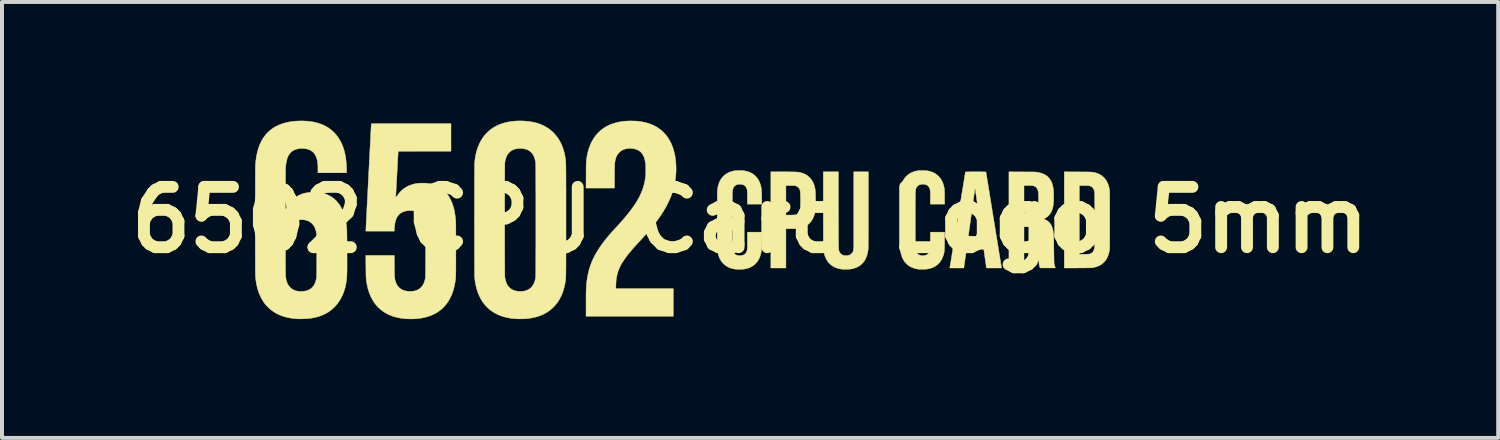
<source format=kicad_pcb>
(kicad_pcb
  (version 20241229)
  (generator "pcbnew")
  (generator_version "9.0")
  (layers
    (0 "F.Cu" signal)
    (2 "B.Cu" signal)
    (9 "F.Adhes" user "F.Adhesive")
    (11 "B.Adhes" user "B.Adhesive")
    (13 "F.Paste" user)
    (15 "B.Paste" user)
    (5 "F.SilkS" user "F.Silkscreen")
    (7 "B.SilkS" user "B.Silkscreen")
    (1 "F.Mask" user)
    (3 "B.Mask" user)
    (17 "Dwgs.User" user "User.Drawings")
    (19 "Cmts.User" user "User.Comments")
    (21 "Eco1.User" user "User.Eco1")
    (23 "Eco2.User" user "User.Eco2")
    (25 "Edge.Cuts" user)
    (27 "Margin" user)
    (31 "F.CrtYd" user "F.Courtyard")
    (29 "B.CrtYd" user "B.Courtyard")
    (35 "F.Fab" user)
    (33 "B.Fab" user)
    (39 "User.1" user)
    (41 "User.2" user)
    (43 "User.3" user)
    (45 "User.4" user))
  (footprint "6502 CPU Card Logo 5mm"
    (layer "F.Cu")
    (at 15.9 2.506)
    (property "Reference" "6502 CPU Card Logo 5mm" (at 0 0 0) (layer "F.SilkS") (effects (font (size 1.524 1.524) (thickness 0.3))))
    (attr through_hole)
    (fp_poly (pts (xy 0.839 -1.215) (xy 0.905 -1.215) (xy 0.963 -1.215) (xy 1.014 -1.214) (xy 1.058 -1.214) (xy 1.096 -1.213) (xy 1.13 -1.213) (xy 1.159 -1.211) (xy 1.184 -1.21) (xy 1.206 -1.208) (xy 1.225 -1.206) (xy 1.243 -1.203) (xy 1.26 -1.199) (xy 1.276 -1.195) (xy 1.293 -1.191) (xy 1.31 -1.185) (xy 1.321 -1.182) (xy 1.379 -1.16) (xy 1.432 -1.13) (xy 1.48 -1.094) (xy 1.522 -1.052) (xy 1.559 -1.004) (xy 1.59 -0.95) (xy 1.61 -0.904) (xy 1.619 -0.877) (xy 1.627 -0.851) (xy 1.634 -0.825) (xy 1.64 -0.798) (xy 1.645 -0.77) (xy 1.648 -0.738) (xy 1.651 -0.704) (xy 1.653 -0.664) (xy 1.654 -0.619) (xy 1.655 -0.568) (xy 1.655 -0.509) (xy 1.655 -0.496) (xy 1.655 -0.439) (xy 1.655 -0.39) (xy 1.654 -0.347) (xy 1.652 -0.31) (xy 1.65 -0.277) (xy 1.648 -0.248) (xy 1.645 -0.222) (xy 1.641 -0.197) (xy 1.636 -0.174) (xy 1.63 -0.15) (xy 1.626 -0.137) (xy 1.605 -0.074) (xy 1.577 -0.017) (xy 1.544 0.034) (xy 1.504 0.08) (xy 1.46 0.12) (xy 1.41 0.153) (xy 1.355 0.18) (xy 1.312 0.195) (xy 1.289 0.201) (xy 1.269 0.207) (xy 1.249 0.211) (xy 1.229 0.215) (xy 1.208 0.217) (xy 1.184 0.219) (xy 1.157 0.221) (xy 1.124 0.222) (xy 1.085 0.223) (xy 1.053 0.223) (xy 0.906 0.225) (xy 0.906 1.215) (xy 0.525 1.215) (xy 0.525 -0.868) (xy 0.906 -0.868) (xy 0.906 -0.123) (xy 1.015 -0.123) (xy 1.055 -0.123) (xy 1.086 -0.124) (xy 1.111 -0.125) (xy 1.13 -0.126) (xy 1.142 -0.128) (xy 1.145 -0.129) (xy 1.18 -0.141) (xy 1.208 -0.158) (xy 1.231 -0.18) (xy 1.248 -0.209) (xy 1.261 -0.243) (xy 1.268 -0.278) (xy 1.27 -0.295) (xy 1.271 -0.32) (xy 1.273 -0.35) (xy 1.274 -0.385) (xy 1.274 -0.424) (xy 1.275 -0.465) (xy 1.275 -0.507) (xy 1.274 -0.548) (xy 1.274 -0.588) (xy 1.273 -0.625) (xy 1.272 -0.658) (xy 1.27 -0.685) (xy 1.269 -0.706) (xy 1.268 -0.713) (xy 1.26 -0.752) (xy 1.248 -0.784) (xy 1.231 -0.81) (xy 1.21 -0.831) (xy 1.185 -0.847) (xy 1.172 -0.853) (xy 1.159 -0.858) (xy 1.145 -0.861) (xy 1.128 -0.864) (xy 1.108 -0.866) (xy 1.083 -0.867) (xy 1.053 -0.868) (xy 1.015 -0.868) (xy 1.012 -0.868) (xy 0.906 -0.868) (xy 0.525 -0.868) (xy 0.525 -1.215) (xy 0.839 -1.215)) (stroke (width 0.01) (type solid)) (fill yes) (layer "F.SilkS"))
    (fp_poly (pts (xy 2.232 -0.244) (xy 2.232 -0.136) (xy 2.232 -0.036) (xy 2.233 0.057) (xy 2.233 0.142) (xy 2.233 0.22) (xy 2.233 0.291) (xy 2.233 0.355) (xy 2.233 0.414) (xy 2.234 0.466) (xy 2.234 0.513) (xy 2.234 0.555) (xy 2.235 0.593) (xy 2.235 0.625) (xy 2.236 0.654) (xy 2.236 0.679) (xy 2.237 0.7) (xy 2.238 0.718) (xy 2.239 0.734) (xy 2.24 0.747) (xy 2.242 0.757) (xy 2.243 0.766) (xy 2.245 0.774) (xy 2.246 0.78) (xy 2.248 0.786) (xy 2.25 0.791) (xy 2.253 0.795) (xy 2.255 0.8) (xy 2.258 0.806) (xy 2.259 0.809) (xy 2.271 0.829) (xy 2.287 0.849) (xy 2.306 0.867) (xy 2.324 0.88) (xy 2.327 0.882) (xy 2.356 0.893) (xy 2.39 0.9) (xy 2.426 0.902) (xy 2.463 0.899) (xy 2.498 0.892) (xy 2.525 0.882) (xy 2.545 0.87) (xy 2.565 0.852) (xy 2.583 0.83) (xy 2.596 0.809) (xy 2.599 0.802) (xy 2.601 0.796) (xy 2.603 0.79) (xy 2.605 0.785) (xy 2.607 0.779) (xy 2.609 0.773) (xy 2.61 0.766) (xy 2.612 0.758) (xy 2.613 0.748) (xy 2.614 0.737) (xy 2.615 0.723) (xy 2.616 0.707) (xy 2.617 0.688) (xy 2.618 0.665) (xy 2.618 0.639) (xy 2.619 0.61) (xy 2.619 0.576) (xy 2.619 0.537) (xy 2.62 0.494) (xy 2.62 0.446) (xy 2.62 0.391) (xy 2.62 0.331) (xy 2.62 0.265) (xy 2.62 0.193) (xy 2.62 0.113) (xy 2.62 0.026) (xy 2.62 -0.068) (xy 2.62 -0.17) (xy 2.62 -0.25) (xy 2.62 -1.215) (xy 2.989 -1.215) (xy 2.989 -0.256) (xy 2.989 -0.131) (xy 2.989 -0.015) (xy 2.989 0.093) (xy 2.988 0.192) (xy 2.988 0.283) (xy 2.988 0.366) (xy 2.988 0.441) (xy 2.987 0.507) (xy 2.987 0.565) (xy 2.987 0.615) (xy 2.986 0.657) (xy 2.986 0.691) (xy 2.985 0.717) (xy 2.985 0.734) (xy 2.984 0.744) (xy 2.984 0.744) (xy 2.973 0.817) (xy 2.956 0.886) (xy 2.934 0.948) (xy 2.907 1.005) (xy 2.886 1.039) (xy 2.87 1.06) (xy 2.85 1.084) (xy 2.827 1.107) (xy 2.804 1.129) (xy 2.786 1.145) (xy 2.746 1.171) (xy 2.7 1.195) (xy 2.65 1.215) (xy 2.596 1.231) (xy 2.575 1.236) (xy 2.552 1.24) (xy 2.523 1.243) (xy 2.489 1.246) (xy 2.452 1.247) (xy 2.414 1.248) (xy 2.378 1.248) (xy 2.345 1.246) (xy 2.317 1.244) (xy 2.301 1.242) (xy 2.232 1.228) (xy 2.17 1.208) (xy 2.113 1.182) (xy 2.063 1.151) (xy 2.018 1.113) (xy 1.978 1.07) (xy 1.943 1.019) (xy 1.923 0.983) (xy 1.902 0.939) (xy 1.886 0.895) (xy 1.873 0.849) (xy 1.864 0.799) (xy 1.857 0.744) (xy 1.854 0.715) (xy 1.854 0.704) (xy 1.853 0.684) (xy 1.853 0.656) (xy 1.852 0.62) (xy 1.852 0.577) (xy 1.852 0.525) (xy 1.851 0.466) (xy 1.851 0.4) (xy 1.851 0.326) (xy 1.851 0.245) (xy 1.85 0.157) (xy 1.85 0.062) (xy 1.85 -0.039) (xy 1.85 -0.147) (xy 1.85 -0.261) (xy 1.85 -0.278) (xy 1.85 -1.215) (xy 2.231 -1.215) (xy 2.232 -0.244)) (stroke (width 0.01) (type solid)) (fill yes) (layer "F.SilkS"))
    (fp_poly (pts (xy 8.284 -1.214) (xy 8.348 -1.213) (xy 8.404 -1.213) (xy 8.453 -1.213) (xy 8.495 -1.213) (xy 8.532 -1.212) (xy 8.563 -1.211) (xy 8.59 -1.211) (xy 8.613 -1.21) (xy 8.633 -1.208) (xy 8.65 -1.207) (xy 8.664 -1.205) (xy 8.678 -1.203) (xy 8.691 -1.2) (xy 8.703 -1.197) (xy 8.717 -1.194) (xy 8.731 -1.189) (xy 8.74 -1.187) (xy 8.772 -1.176) (xy 8.806 -1.162) (xy 8.839 -1.146) (xy 8.87 -1.128) (xy 8.89 -1.114) (xy 8.933 -1.077) (xy 8.97 -1.036) (xy 9.002 -0.991) (xy 9.029 -0.94) (xy 9.051 -0.883) (xy 9.07 -0.819) (xy 9.079 -0.775) (xy 9.08 -0.769) (xy 9.081 -0.763) (xy 9.082 -0.757) (xy 9.083 -0.749) (xy 9.083 -0.739) (xy 9.084 -0.727) (xy 9.084 -0.713) (xy 9.085 -0.697) (xy 9.085 -0.676) (xy 9.086 -0.653) (xy 9.086 -0.625) (xy 9.086 -0.593) (xy 9.086 -0.556) (xy 9.086 -0.514) (xy 9.087 -0.467) (xy 9.087 -0.413) (xy 9.087 -0.354) (xy 9.087 -0.287) (xy 9.087 -0.213) (xy 9.087 -0.132) (xy 9.087 -0.043) (xy 9.087 0) (xy 9.087 0.093) (xy 9.087 0.177) (xy 9.087 0.254) (xy 9.087 0.324) (xy 9.087 0.387) (xy 9.087 0.443) (xy 9.086 0.493) (xy 9.086 0.538) (xy 9.086 0.577) (xy 9.086 0.611) (xy 9.086 0.641) (xy 9.085 0.666) (xy 9.085 0.688) (xy 9.085 0.706) (xy 9.084 0.721) (xy 9.083 0.734) (xy 9.083 0.745) (xy 9.082 0.753) (xy 9.081 0.76) (xy 9.081 0.767) (xy 9.08 0.772) (xy 9.079 0.775) (xy 9.065 0.839) (xy 9.047 0.896) (xy 9.026 0.947) (xy 9.001 0.992) (xy 8.972 1.034) (xy 8.945 1.064) (xy 8.907 1.1) (xy 8.865 1.131) (xy 8.819 1.157) (xy 8.767 1.178) (xy 8.709 1.195) (xy 8.666 1.205) (xy 8.658 1.206) (xy 8.65 1.207) (xy 8.64 1.208) (xy 8.627 1.209) (xy 8.612 1.21) (xy 8.593 1.211) (xy 8.57 1.211) (xy 8.543 1.212) (xy 8.51 1.212) (xy 8.472 1.213) (xy 8.427 1.213) (xy 8.375 1.213) (xy 8.316 1.214) (xy 8.284 1.214) (xy 7.938 1.215) (xy 7.938 0.868) (xy 8.319 0.868) (xy 8.442 0.867) (xy 8.48 0.866) (xy 8.51 0.866) (xy 8.534 0.865) (xy 8.552 0.864) (xy 8.566 0.863) (xy 8.577 0.861) (xy 8.585 0.859) (xy 8.588 0.858) (xy 8.621 0.844) (xy 8.648 0.823) (xy 8.67 0.797) (xy 8.687 0.764) (xy 8.699 0.724) (xy 8.702 0.71) (xy 8.703 0.701) (xy 8.704 0.685) (xy 8.704 0.661) (xy 8.705 0.63) (xy 8.706 0.593) (xy 8.706 0.551) (xy 8.707 0.503) (xy 8.707 0.451) (xy 8.708 0.395) (xy 8.708 0.335) (xy 8.708 0.273) (xy 8.708 0.208) (xy 8.708 0.142) (xy 8.709 0.074) (xy 8.709 0.006) (xy 8.709 -0.062) (xy 8.708 -0.13) (xy 8.708 -0.197) (xy 8.708 -0.262) (xy 8.708 -0.325) (xy 8.708 -0.385) (xy 8.707 -0.441) (xy 8.707 -0.494) (xy 8.706 -0.543) (xy 8.706 -0.586) (xy 8.705 -0.624) (xy 8.705 -0.656) (xy 8.704 -0.681) (xy 8.703 -0.699) (xy 8.702 -0.709) (xy 8.702 -0.71) (xy 8.693 -0.749) (xy 8.679 -0.781) (xy 8.662 -0.807) (xy 8.641 -0.829) (xy 8.63 -0.837) (xy 8.619 -0.844) (xy 8.608 -0.85) (xy 8.597 -0.855) (xy 8.584 -0.859) (xy 8.569 -0.862) (xy 8.549 -0.864) (xy 8.526 -0.865) (xy 8.496 -0.866) (xy 8.46 -0.867) (xy 8.442 -0.867) (xy 8.319 -0.868) (xy 8.319 0.868) (xy 7.938 0.868) (xy 7.938 -1.215) (xy 8.284 -1.214)) (stroke (width 0.01) (type solid)) (fill yes) (layer "F.SilkS"))
    (fp_poly (pts (xy 6.882 -1.214) (xy 6.944 -1.213) (xy 6.999 -1.213) (xy 7.046 -1.213) (xy 7.086 -1.213) (xy 7.12 -1.212) (xy 7.149 -1.212) (xy 7.174 -1.211) (xy 7.194 -1.211) (xy 7.211 -1.21) (xy 7.225 -1.209) (xy 7.236 -1.208) (xy 7.246 -1.207) (xy 7.255 -1.206) (xy 7.264 -1.205) (xy 7.271 -1.203) (xy 7.337 -1.187) (xy 7.397 -1.167) (xy 7.451 -1.141) (xy 7.498 -1.11) (xy 7.539 -1.074) (xy 7.574 -1.031) (xy 7.604 -0.983) (xy 7.628 -0.929) (xy 7.646 -0.868) (xy 7.66 -0.801) (xy 7.666 -0.748) (xy 7.668 -0.725) (xy 7.669 -0.696) (xy 7.67 -0.662) (xy 7.671 -0.624) (xy 7.671 -0.584) (xy 7.67 -0.544) (xy 7.67 -0.506) (xy 7.669 -0.471) (xy 7.667 -0.441) (xy 7.666 -0.428) (xy 7.658 -0.358) (xy 7.644 -0.294) (xy 7.624 -0.236) (xy 7.599 -0.184) (xy 7.568 -0.138) (xy 7.532 -0.099) (xy 7.491 -0.066) (xy 7.456 -0.045) (xy 7.441 -0.037) (xy 7.429 -0.03) (xy 7.422 -0.025) (xy 7.421 -0.024) (xy 7.425 -0.02) (xy 7.431 -0.018) (xy 7.438 -0.015) (xy 7.452 -0.009) (xy 7.468 -0.002) (xy 7.478 0.004) (xy 7.514 0.025) (xy 7.548 0.053) (xy 7.577 0.085) (xy 7.601 0.12) (xy 7.606 0.129) (xy 7.624 0.168) (xy 7.639 0.21) (xy 7.651 0.257) (xy 7.661 0.309) (xy 7.665 0.339) (xy 7.666 0.35) (xy 7.667 0.363) (xy 7.668 0.378) (xy 7.669 0.396) (xy 7.67 0.418) (xy 7.671 0.444) (xy 7.672 0.474) (xy 7.672 0.51) (xy 7.673 0.552) (xy 7.674 0.6) (xy 7.674 0.655) (xy 7.675 0.718) (xy 7.675 0.739) (xy 7.676 0.81) (xy 7.677 0.875) (xy 7.678 0.932) (xy 7.679 0.982) (xy 7.679 1.023) (xy 7.68 1.058) (xy 7.681 1.084) (xy 7.682 1.102) (xy 7.683 1.111) (xy 7.687 1.127) (xy 7.693 1.148) (xy 7.699 1.169) (xy 7.701 1.174) (xy 7.706 1.19) (xy 7.71 1.204) (xy 7.713 1.212) (xy 7.713 1.213) (xy 7.709 1.214) (xy 7.697 1.214) (xy 7.679 1.214) (xy 7.654 1.214) (xy 7.625 1.214) (xy 7.591 1.214) (xy 7.554 1.214) (xy 7.52 1.214) (xy 7.327 1.213) (xy 7.321 1.196) (xy 7.317 1.184) (xy 7.312 1.167) (xy 7.307 1.148) (xy 7.306 1.143) (xy 7.304 1.136) (xy 7.303 1.129) (xy 7.302 1.122) (xy 7.301 1.113) (xy 7.3 1.102) (xy 7.299 1.088) (xy 7.298 1.071) (xy 7.298 1.051) (xy 7.297 1.026) (xy 7.297 0.997) (xy 7.296 0.961) (xy 7.296 0.92) (xy 7.295 0.872) (xy 7.295 0.817) (xy 7.294 0.754) (xy 7.294 0.751) (xy 7.293 0.685) (xy 7.293 0.626) (xy 7.292 0.575) (xy 7.292 0.53) (xy 7.291 0.492) (xy 7.29 0.459) (xy 7.289 0.431) (xy 7.288 0.407) (xy 7.287 0.387) (xy 7.285 0.37) (xy 7.284 0.355) (xy 7.282 0.343) (xy 7.279 0.332) (xy 7.277 0.321) (xy 7.273 0.311) (xy 7.27 0.302) (xy 7.255 0.266) (xy 7.235 0.237) (xy 7.21 0.215) (xy 7.182 0.198) (xy 7.162 0.19) (xy 7.142 0.184) (xy 7.118 0.18) (xy 7.09 0.176) (xy 7.057 0.175) (xy 7.017 0.174) (xy 7.005 0.174) (xy 6.921 0.174) (xy 6.921 1.215) (xy 6.54 1.215) (xy 6.54 -0.868) (xy 6.921 -0.868) (xy 6.921 -0.173) (xy 7.02 -0.175) (xy 7.057 -0.176) (xy 7.086 -0.177) (xy 7.109 -0.178) (xy 7.126 -0.18) (xy 7.14 -0.183) (xy 7.143 -0.184) (xy 7.181 -0.198) (xy 7.213 -0.218) (xy 7.24 -0.245) (xy 7.26 -0.277) (xy 7.275 -0.316) (xy 7.28 -0.334) (xy 7.282 -0.349) (xy 7.284 -0.371) (xy 7.286 -0.399) (xy 7.287 -0.431) (xy 7.288 -0.467) (xy 7.288 -0.505) (xy 7.288 -0.543) (xy 7.288 -0.581) (xy 7.287 -0.617) (xy 7.286 -0.65) (xy 7.284 -0.678) (xy 7.282 -0.701) (xy 7.28 -0.717) (xy 7.28 -0.717) (xy 7.268 -0.759) (xy 7.252 -0.793) (xy 7.23 -0.821) (xy 7.203 -0.842) (xy 7.172 -0.857) (xy 7.146 -0.864) (xy 7.135 -0.865) (xy 7.118 -0.866) (xy 7.095 -0.867) (xy 7.068 -0.867) (xy 7.039 -0.868) (xy 7.023 -0.868) (xy 6.921 -0.868) (xy 6.54 -0.868) (xy 6.54 -1.215) (xy 6.882 -1.214)) (stroke (width 0.01) (type solid)) (fill yes) (layer "F.SilkS"))
    (fp_poly (pts (xy -2.942 -2.499) (xy -2.898 -2.498) (xy -2.858 -2.496) (xy -2.825 -2.493) (xy -2.819 -2.492) (xy -2.721 -2.477) (xy -2.628 -2.457) (xy -2.542 -2.431) (xy -2.461 -2.399) (xy -2.385 -2.362) (xy -2.315 -2.318) (xy -2.249 -2.268) (xy -2.187 -2.213) (xy -2.182 -2.208) (xy -2.125 -2.145) (xy -2.073 -2.075) (xy -2.027 -1.999) (xy -1.987 -1.918) (xy -1.952 -1.831) (xy -1.924 -1.739) (xy -1.901 -1.643) (xy -1.891 -1.581) (xy -1.877 -1.472) (xy -1.87 -1.36) (xy -1.869 -1.247) (xy -1.875 -1.136) (xy -1.886 -1.029) (xy -1.888 -1.012) (xy -1.907 -0.909) (xy -1.93 -0.808) (xy -1.959 -0.708) (xy -1.994 -0.608) (xy -2.035 -0.508) (xy -2.083 -0.408) (xy -2.137 -0.307) (xy -2.197 -0.205) (xy -2.265 -0.102) (xy -2.339 0.004) (xy -2.421 0.112) (xy -2.51 0.222) (xy -2.549 0.269) (xy -2.59 0.316) (xy -2.634 0.366) (xy -2.681 0.419) (xy -2.733 0.476) (xy -2.783 0.531) (xy -2.821 0.572) (xy -2.854 0.608) (xy -2.883 0.64) (xy -2.908 0.667) (xy -2.93 0.692) (xy -2.951 0.715) (xy -2.969 0.736) (xy -2.987 0.757) (xy -3.006 0.779) (xy -3.024 0.8) (xy -3.083 0.872) (xy -3.135 0.94) (xy -3.181 1.005) (xy -3.222 1.066) (xy -3.257 1.126) (xy -3.287 1.184) (xy -3.312 1.241) (xy -3.334 1.297) (xy -3.348 1.344) (xy -3.359 1.385) (xy -3.368 1.426) (xy -3.376 1.466) (xy -3.381 1.508) (xy -3.385 1.554) (xy -3.388 1.606) (xy -3.389 1.641) (xy -3.392 1.736) (xy -1.939 1.736) (xy -1.939 2.434) (xy -4.144 2.434) (xy -4.144 2.109) (xy -4.144 2.034) (xy -4.144 1.967) (xy -4.144 1.907) (xy -4.143 1.853) (xy -4.142 1.805) (xy -4.141 1.761) (xy -4.139 1.721) (xy -4.137 1.685) (xy -4.135 1.651) (xy -4.132 1.619) (xy -4.129 1.587) (xy -4.125 1.556) (xy -4.121 1.525) (xy -4.116 1.492) (xy -4.114 1.482) (xy -4.094 1.371) (xy -4.069 1.266) (xy -4.038 1.165) (xy -4.002 1.067) (xy -3.959 0.971) (xy -3.909 0.874) (xy -3.852 0.778) (xy -3.816 0.722) (xy -3.779 0.667) (xy -3.741 0.613) (xy -3.701 0.559) (xy -3.659 0.504) (xy -3.613 0.448) (xy -3.564 0.39) (xy -3.51 0.328) (xy -3.451 0.262) (xy -3.387 0.193) (xy -3.299 0.097) (xy -3.219 0.005) (xy -3.144 -0.082) (xy -3.076 -0.165) (xy -3.013 -0.246) (xy -2.957 -0.323) (xy -2.905 -0.398) (xy -2.859 -0.472) (xy -2.818 -0.543) (xy -2.782 -0.613) (xy -2.75 -0.683) (xy -2.722 -0.752) (xy -2.698 -0.821) (xy -2.679 -0.891) (xy -2.662 -0.962) (xy -2.649 -1.034) (xy -2.643 -1.075) (xy -2.64 -1.1) (xy -2.638 -1.131) (xy -2.637 -1.167) (xy -2.636 -1.206) (xy -2.635 -1.246) (xy -2.635 -1.287) (xy -2.636 -1.326) (xy -2.637 -1.362) (xy -2.638 -1.393) (xy -2.64 -1.417) (xy -2.641 -1.422) (xy -2.652 -1.486) (xy -2.665 -1.543) (xy -2.682 -1.593) (xy -2.702 -1.636) (xy -2.726 -1.674) (xy -2.754 -1.707) (xy -2.787 -1.735) (xy -2.805 -1.748) (xy -2.846 -1.77) (xy -2.892 -1.787) (xy -2.942 -1.799) (xy -2.995 -1.806) (xy -3.049 -1.806) (xy -3.103 -1.802) (xy -3.156 -1.791) (xy -3.165 -1.788) (xy -3.215 -1.77) (xy -3.26 -1.744) (xy -3.3 -1.712) (xy -3.334 -1.674) (xy -3.363 -1.63) (xy -3.386 -1.579) (xy -3.391 -1.565) (xy -3.397 -1.545) (xy -3.402 -1.527) (xy -3.407 -1.507) (xy -3.411 -1.487) (xy -3.414 -1.464) (xy -3.417 -1.439) (xy -3.419 -1.411) (xy -3.421 -1.379) (xy -3.422 -1.342) (xy -3.423 -1.3) (xy -3.424 -1.252) (xy -3.424 -1.198) (xy -3.425 -1.137) (xy -3.425 -1.081) (xy -3.425 -0.804) (xy -4.145 -0.804) (xy -4.143 -1.127) (xy -4.143 -1.191) (xy -4.143 -1.248) (xy -4.142 -1.298) (xy -4.142 -1.341) (xy -4.141 -1.379) (xy -4.14 -1.412) (xy -4.139 -1.441) (xy -4.138 -1.467) (xy -4.136 -1.49) (xy -4.134 -1.512) (xy -4.132 -1.532) (xy -4.129 -1.553) (xy -4.126 -1.573) (xy -4.122 -1.595) (xy -4.118 -1.619) (xy -4.117 -1.626) (xy -4.095 -1.724) (xy -4.067 -1.818) (xy -4.033 -1.906) (xy -3.993 -1.989) (xy -3.947 -2.066) (xy -3.895 -2.137) (xy -3.837 -2.203) (xy -3.774 -2.262) (xy -3.705 -2.315) (xy -3.633 -2.36) (xy -3.565 -2.394) (xy -3.49 -2.424) (xy -3.41 -2.45) (xy -3.325 -2.471) (xy -3.235 -2.487) (xy -3.196 -2.492) (xy -3.164 -2.495) (xy -3.125 -2.497) (xy -3.082 -2.499) (xy -3.036 -2.5) (xy -2.988 -2.5) (xy -2.942 -2.499)) (stroke (width 0.01) (type solid)) (fill yes) (layer "F.SilkS"))
    (fp_poly (pts (xy -0.225 -1.248) (xy -0.195 -1.247) (xy -0.171 -1.245) (xy -0.102 -1.233) (xy -0.037 -1.215) (xy 0.021 -1.19) (xy 0.075 -1.159) (xy 0.123 -1.121) (xy 0.165 -1.077) (xy 0.202 -1.027) (xy 0.232 -0.97) (xy 0.257 -0.908) (xy 0.257 -0.907) (xy 0.267 -0.878) (xy 0.274 -0.847) (xy 0.281 -0.815) (xy 0.286 -0.78) (xy 0.29 -0.741) (xy 0.293 -0.697) (xy 0.295 -0.648) (xy 0.296 -0.592) (xy 0.296 -0.529) (xy 0.296 -0.526) (xy 0.296 -0.398) (xy -0.068 -0.398) (xy -0.068 -0.56) (xy -0.068 -0.606) (xy -0.068 -0.647) (xy -0.069 -0.683) (xy -0.07 -0.711) (xy -0.071 -0.733) (xy -0.072 -0.747) (xy -0.073 -0.749) (xy -0.083 -0.79) (xy -0.099 -0.824) (xy -0.12 -0.853) (xy -0.147 -0.875) (xy -0.179 -0.89) (xy -0.217 -0.899) (xy -0.257 -0.902) (xy -0.3 -0.899) (xy -0.337 -0.89) (xy -0.368 -0.874) (xy -0.394 -0.852) (xy -0.415 -0.824) (xy -0.43 -0.789) (xy -0.441 -0.748) (xy -0.445 -0.72) (xy -0.445 -0.71) (xy -0.446 -0.691) (xy -0.446 -0.664) (xy -0.447 -0.628) (xy -0.447 -0.584) (xy -0.448 -0.533) (xy -0.448 -0.473) (xy -0.448 -0.405) (xy -0.448 -0.329) (xy -0.448 -0.245) (xy -0.448 -0.154) (xy -0.448 -0.055) (xy -0.448 0.03) (xy -0.448 0.122) (xy -0.447 0.205) (xy -0.447 0.282) (xy -0.447 0.35) (xy -0.447 0.412) (xy -0.447 0.468) (xy -0.446 0.517) (xy -0.446 0.561) (xy -0.446 0.6) (xy -0.445 0.633) (xy -0.445 0.662) (xy -0.444 0.687) (xy -0.443 0.708) (xy -0.442 0.726) (xy -0.441 0.741) (xy -0.44 0.753) (xy -0.439 0.764) (xy -0.437 0.772) (xy -0.436 0.779) (xy -0.434 0.786) (xy -0.432 0.791) (xy -0.429 0.797) (xy -0.427 0.803) (xy -0.424 0.809) (xy -0.424 0.81) (xy -0.413 0.829) (xy -0.397 0.849) (xy -0.378 0.867) (xy -0.366 0.877) (xy -0.338 0.89) (xy -0.305 0.898) (xy -0.269 0.902) (xy -0.232 0.901) (xy -0.197 0.895) (xy -0.164 0.885) (xy -0.159 0.882) (xy -0.14 0.87) (xy -0.12 0.852) (xy -0.103 0.832) (xy -0.091 0.811) (xy -0.091 0.81) (xy -0.086 0.799) (xy -0.082 0.788) (xy -0.078 0.776) (xy -0.075 0.764) (xy -0.073 0.749) (xy -0.071 0.732) (xy -0.07 0.711) (xy -0.069 0.686) (xy -0.068 0.656) (xy -0.068 0.62) (xy -0.068 0.577) (xy -0.068 0.526) (xy -0.068 0.518) (xy -0.068 0.309) (xy 0.296 0.309) (xy 0.296 0.482) (xy 0.296 0.543) (xy 0.295 0.598) (xy 0.295 0.645) (xy 0.293 0.687) (xy 0.291 0.723) (xy 0.289 0.754) (xy 0.286 0.783) (xy 0.282 0.808) (xy 0.279 0.824) (xy 0.262 0.893) (xy 0.239 0.956) (xy 0.21 1.013) (xy 0.175 1.065) (xy 0.134 1.11) (xy 0.088 1.149) (xy 0.036 1.182) (xy -0.022 1.209) (xy -0.084 1.229) (xy -0.089 1.23) (xy -0.112 1.235) (xy -0.137 1.24) (xy -0.16 1.244) (xy -0.165 1.244) (xy -0.181 1.246) (xy -0.204 1.247) (xy -0.23 1.248) (xy -0.26 1.248) (xy -0.289 1.248) (xy -0.316 1.248) (xy -0.34 1.247) (xy -0.357 1.246) (xy -0.36 1.246) (xy -0.429 1.235) (xy -0.493 1.217) (xy -0.552 1.192) (xy -0.606 1.161) (xy -0.655 1.123) (xy -0.697 1.08) (xy -0.735 1.03) (xy -0.766 0.974) (xy -0.791 0.912) (xy -0.807 0.857) (xy -0.81 0.846) (xy -0.812 0.835) (xy -0.815 0.824) (xy -0.817 0.813) (xy -0.819 0.802) (xy -0.82 0.79) (xy -0.822 0.776) (xy -0.823 0.761) (xy -0.824 0.743) (xy -0.825 0.723) (xy -0.826 0.7) (xy -0.827 0.673) (xy -0.828 0.642) (xy -0.828 0.608) (xy -0.829 0.569) (xy -0.829 0.524) (xy -0.829 0.474) (xy -0.829 0.419) (xy -0.83 0.357) (xy -0.83 0.288) (xy -0.83 0.213) (xy -0.83 0.129) (xy -0.83 0.038) (xy -0.83 0) (xy -0.83 -0.094) (xy -0.83 -0.181) (xy -0.83 -0.259) (xy -0.83 -0.33) (xy -0.83 -0.395) (xy -0.829 -0.453) (xy -0.829 -0.505) (xy -0.829 -0.552) (xy -0.828 -0.593) (xy -0.828 -0.629) (xy -0.827 -0.661) (xy -0.827 -0.689) (xy -0.826 -0.714) (xy -0.825 -0.735) (xy -0.824 -0.754) (xy -0.822 -0.77) (xy -0.821 -0.785) (xy -0.819 -0.797) (xy -0.817 -0.809) (xy -0.815 -0.82) (xy -0.813 -0.831) (xy -0.811 -0.841) (xy -0.808 -0.853) (xy -0.807 -0.857) (xy -0.787 -0.924) (xy -0.761 -0.985) (xy -0.729 -1.039) (xy -0.691 -1.088) (xy -0.647 -1.13) (xy -0.598 -1.166) (xy -0.543 -1.196) (xy -0.482 -1.22) (xy -0.415 -1.238) (xy -0.411 -1.239) (xy -0.389 -1.242) (xy -0.361 -1.244) (xy -0.329 -1.246) (xy -0.294 -1.248) (xy -0.259 -1.248) (xy -0.225 -1.248)) (stroke (width 0.01) (type solid)) (fill yes) (layer "F.SilkS"))
    (fp_poly (pts (xy 4.375 -1.247) (xy 4.412 -1.246) (xy 4.446 -1.244) (xy 4.475 -1.242) (xy 4.494 -1.239) (xy 4.556 -1.224) (xy 4.612 -1.205) (xy 4.663 -1.18) (xy 4.71 -1.149) (xy 4.751 -1.114) (xy 4.79 -1.072) (xy 4.823 -1.028) (xy 4.851 -0.978) (xy 4.874 -0.924) (xy 4.893 -0.863) (xy 4.903 -0.819) (xy 4.905 -0.807) (xy 4.907 -0.796) (xy 4.909 -0.784) (xy 4.91 -0.771) (xy 4.911 -0.756) (xy 4.912 -0.737) (xy 4.912 -0.714) (xy 4.913 -0.686) (xy 4.913 -0.652) (xy 4.914 -0.611) (xy 4.914 -0.585) (xy 4.916 -0.398) (xy 4.555 -0.398) (xy 4.555 -0.558) (xy 4.555 -0.606) (xy 4.555 -0.645) (xy 4.554 -0.678) (xy 4.553 -0.706) (xy 4.551 -0.729) (xy 4.549 -0.747) (xy 4.546 -0.764) (xy 4.543 -0.778) (xy 4.538 -0.791) (xy 4.533 -0.804) (xy 4.531 -0.809) (xy 4.513 -0.84) (xy 4.489 -0.865) (xy 4.461 -0.883) (xy 4.427 -0.895) (xy 4.387 -0.901) (xy 4.365 -0.902) (xy 4.322 -0.899) (xy 4.285 -0.889) (xy 4.254 -0.874) (xy 4.228 -0.852) (xy 4.207 -0.824) (xy 4.191 -0.789) (xy 4.18 -0.747) (xy 4.18 -0.745) (xy 4.179 -0.736) (xy 4.179 -0.72) (xy 4.178 -0.696) (xy 4.177 -0.665) (xy 4.177 -0.628) (xy 4.176 -0.585) (xy 4.176 -0.537) (xy 4.175 -0.485) (xy 4.175 -0.428) (xy 4.175 -0.368) (xy 4.174 -0.304) (xy 4.174 -0.239) (xy 4.174 -0.171) (xy 4.174 -0.102) (xy 4.174 -0.032) (xy 4.174 0.038) (xy 4.174 0.108) (xy 4.174 0.177) (xy 4.174 0.244) (xy 4.174 0.31) (xy 4.175 0.373) (xy 4.175 0.433) (xy 4.175 0.49) (xy 4.176 0.543) (xy 4.176 0.59) (xy 4.177 0.633) (xy 4.177 0.67) (xy 4.178 0.701) (xy 4.179 0.725) (xy 4.179 0.741) (xy 4.18 0.749) (xy 4.188 0.782) (xy 4.2 0.812) (xy 4.214 0.838) (xy 4.219 0.844) (xy 4.24 0.866) (xy 4.269 0.883) (xy 4.302 0.895) (xy 4.341 0.901) (xy 4.365 0.902) (xy 4.408 0.899) (xy 4.445 0.89) (xy 4.476 0.874) (xy 4.502 0.853) (xy 4.523 0.825) (xy 4.539 0.79) (xy 4.549 0.754) (xy 4.55 0.746) (xy 4.551 0.735) (xy 4.552 0.722) (xy 4.553 0.705) (xy 4.554 0.684) (xy 4.554 0.658) (xy 4.555 0.626) (xy 4.555 0.588) (xy 4.555 0.542) (xy 4.555 0.516) (xy 4.555 0.309) (xy 4.916 0.309) (xy 4.914 0.543) (xy 4.913 0.596) (xy 4.913 0.642) (xy 4.912 0.682) (xy 4.912 0.715) (xy 4.911 0.743) (xy 4.909 0.768) (xy 4.907 0.788) (xy 4.905 0.807) (xy 4.902 0.824) (xy 4.899 0.84) (xy 4.895 0.856) (xy 4.89 0.874) (xy 4.884 0.893) (xy 4.881 0.903) (xy 4.858 0.963) (xy 4.828 1.019) (xy 4.792 1.07) (xy 4.751 1.115) (xy 4.703 1.154) (xy 4.651 1.186) (xy 4.594 1.212) (xy 4.578 1.217) (xy 4.55 1.226) (xy 4.523 1.233) (xy 4.497 1.238) (xy 4.468 1.242) (xy 4.436 1.245) (xy 4.399 1.246) (xy 4.369 1.247) (xy 4.341 1.247) (xy 4.315 1.247) (xy 4.293 1.247) (xy 4.276 1.247) (xy 4.265 1.247) (xy 4.263 1.246) (xy 4.254 1.245) (xy 4.24 1.242) (xy 4.222 1.239) (xy 4.213 1.238) (xy 4.148 1.223) (xy 4.088 1.201) (xy 4.033 1.172) (xy 3.983 1.137) (xy 3.938 1.095) (xy 3.899 1.047) (xy 3.866 0.994) (xy 3.839 0.935) (xy 3.819 0.87) (xy 3.817 0.863) (xy 3.814 0.852) (xy 3.812 0.843) (xy 3.809 0.833) (xy 3.807 0.824) (xy 3.806 0.815) (xy 3.804 0.805) (xy 3.803 0.793) (xy 3.801 0.781) (xy 3.8 0.766) (xy 3.799 0.749) (xy 3.798 0.729) (xy 3.798 0.706) (xy 3.797 0.68) (xy 3.797 0.65) (xy 3.796 0.615) (xy 3.796 0.576) (xy 3.796 0.532) (xy 3.795 0.482) (xy 3.795 0.426) (xy 3.795 0.365) (xy 3.795 0.296) (xy 3.795 0.22) (xy 3.795 0.137) (xy 3.795 0.046) (xy 3.795 0) (xy 3.795 -0.095) (xy 3.795 -0.182) (xy 3.795 -0.261) (xy 3.795 -0.333) (xy 3.795 -0.398) (xy 3.795 -0.457) (xy 3.796 -0.509) (xy 3.796 -0.556) (xy 3.796 -0.598) (xy 3.796 -0.634) (xy 3.797 -0.666) (xy 3.797 -0.695) (xy 3.798 -0.719) (xy 3.799 -0.74) (xy 3.8 -0.758) (xy 3.801 -0.774) (xy 3.802 -0.788) (xy 3.803 -0.8) (xy 3.805 -0.81) (xy 3.807 -0.82) (xy 3.809 -0.829) (xy 3.811 -0.838) (xy 3.813 -0.848) (xy 3.815 -0.858) (xy 3.817 -0.863) (xy 3.837 -0.928) (xy 3.863 -0.987) (xy 3.895 -1.041) (xy 3.934 -1.09) (xy 3.937 -1.093) (xy 3.978 -1.132) (xy 4.022 -1.165) (xy 4.071 -1.193) (xy 4.125 -1.215) (xy 4.185 -1.233) (xy 4.214 -1.239) (xy 4.237 -1.242) (xy 4.267 -1.245) (xy 4.301 -1.246) (xy 4.337 -1.247) (xy 4.375 -1.247)) (stroke (width 0.01) (type solid)) (fill yes) (layer "F.SilkS"))
    (fp_poly (pts (xy 5.756 -1.215) (xy 5.804 -1.215) (xy 5.844 -1.215) (xy 5.878 -1.214) (xy 5.905 -1.214) (xy 5.926 -1.213) (xy 5.941 -1.213) (xy 5.952 -1.212) (xy 5.958 -1.211) (xy 5.96 -1.21) (xy 5.961 -1.21) (xy 5.961 -1.205) (xy 5.963 -1.193) (xy 5.966 -1.173) (xy 5.971 -1.146) (xy 5.976 -1.112) (xy 5.983 -1.072) (xy 5.99 -1.025) (xy 5.998 -0.974) (xy 6.008 -0.917) (xy 6.018 -0.855) (xy 6.028 -0.789) (xy 6.04 -0.72) (xy 6.052 -0.646) (xy 6.064 -0.57) (xy 6.077 -0.491) (xy 6.09 -0.409) (xy 6.104 -0.326) (xy 6.117 -0.241) (xy 6.131 -0.155) (xy 6.145 -0.068) (xy 6.16 0.019) (xy 6.174 0.106) (xy 6.188 0.192) (xy 6.202 0.278) (xy 6.215 0.362) (xy 6.229 0.445) (xy 6.242 0.525) (xy 6.254 0.603) (xy 6.267 0.678) (xy 6.278 0.749) (xy 6.289 0.817) (xy 6.3 0.881) (xy 6.309 0.94) (xy 6.318 0.994) (xy 6.326 1.043) (xy 6.333 1.087) (xy 6.339 1.124) (xy 6.344 1.154) (xy 6.348 1.178) (xy 6.351 1.194) (xy 6.352 1.202) (xy 6.353 1.203) (xy 6.355 1.215) (xy 5.973 1.215) (xy 5.971 1.205) (xy 5.97 1.2) (xy 5.968 1.186) (xy 5.965 1.167) (xy 5.962 1.141) (xy 5.957 1.112) (xy 5.953 1.079) (xy 5.947 1.043) (xy 5.942 1.005) (xy 5.937 0.967) (xy 5.931 0.929) (xy 5.926 0.892) (xy 5.921 0.857) (xy 5.916 0.826) (xy 5.913 0.798) (xy 5.909 0.775) (xy 5.907 0.758) (xy 5.906 0.748) (xy 5.905 0.745) (xy 5.902 0.744) (xy 5.89 0.743) (xy 5.87 0.742) (xy 5.842 0.742) (xy 5.805 0.741) (xy 5.761 0.741) (xy 5.708 0.741) (xy 5.688 0.741) (xy 5.639 0.741) (xy 5.599 0.741) (xy 5.565 0.741) (xy 5.538 0.741) (xy 5.516 0.742) (xy 5.5 0.742) (xy 5.487 0.743) (xy 5.479 0.743) (xy 5.474 0.744) (xy 5.47 0.746) (xy 5.469 0.747) (xy 5.469 0.748) (xy 5.468 0.754) (xy 5.466 0.767) (xy 5.463 0.787) (xy 5.459 0.813) (xy 5.454 0.844) (xy 5.449 0.879) (xy 5.443 0.918) (xy 5.437 0.96) (xy 5.433 0.985) (xy 5.4 1.215) (xy 5.045 1.215) (xy 5.048 1.201) (xy 5.049 1.195) (xy 5.051 1.181) (xy 5.055 1.16) (xy 5.059 1.131) (xy 5.065 1.096) (xy 5.072 1.054) (xy 5.08 1.007) (xy 5.088 0.954) (xy 5.098 0.896) (xy 5.108 0.834) (xy 5.119 0.767) (xy 5.13 0.697) (xy 5.142 0.623) (xy 5.155 0.546) (xy 5.168 0.466) (xy 5.178 0.403) (xy 5.516 0.403) (xy 5.516 0.405) (xy 5.518 0.407) (xy 5.522 0.408) (xy 5.529 0.409) (xy 5.54 0.409) (xy 5.555 0.41) (xy 5.575 0.41) (xy 5.601 0.41) (xy 5.634 0.411) (xy 5.674 0.411) (xy 5.688 0.411) (xy 5.859 0.411) (xy 5.857 0.401) (xy 5.856 0.396) (xy 5.854 0.383) (xy 5.851 0.362) (xy 5.847 0.335) (xy 5.842 0.301) (xy 5.837 0.261) (xy 5.83 0.215) (xy 5.823 0.165) (xy 5.815 0.11) (xy 5.807 0.051) (xy 5.798 -0.012) (xy 5.789 -0.077) (xy 5.779 -0.145) (xy 5.772 -0.199) (xy 5.762 -0.269) (xy 5.752 -0.336) (xy 5.743 -0.401) (xy 5.734 -0.462) (xy 5.726 -0.519) (xy 5.719 -0.573) (xy 5.712 -0.622) (xy 5.705 -0.665) (xy 5.7 -0.703) (xy 5.695 -0.735) (xy 5.692 -0.76) (xy 5.689 -0.778) (xy 5.687 -0.789) (xy 5.687 -0.791) (xy 5.683 -0.791) (xy 5.683 -0.791) (xy 5.682 -0.786) (xy 5.68 -0.774) (xy 5.677 -0.755) (xy 5.673 -0.729) (xy 5.669 -0.696) (xy 5.663 -0.659) (xy 5.657 -0.616) (xy 5.651 -0.569) (xy 5.643 -0.519) (xy 5.636 -0.465) (xy 5.628 -0.408) (xy 5.62 -0.349) (xy 5.611 -0.289) (xy 5.603 -0.228) (xy 5.594 -0.167) (xy 5.586 -0.106) (xy 5.577 -0.046) (xy 5.569 0.013) (xy 5.561 0.07) (xy 5.554 0.124) (xy 5.547 0.175) (xy 5.54 0.223) (xy 5.534 0.266) (xy 5.529 0.305) (xy 5.525 0.337) (xy 5.521 0.364) (xy 5.518 0.385) (xy 5.517 0.398) (xy 5.516 0.403) (xy 5.178 0.403) (xy 5.181 0.384) (xy 5.195 0.3) (xy 5.208 0.215) (xy 5.222 0.129) (xy 5.237 0.042) (xy 5.251 -0.045) (xy 5.265 -0.132) (xy 5.279 -0.218) (xy 5.293 -0.303) (xy 5.306 -0.387) (xy 5.32 -0.469) (xy 5.333 -0.549) (xy 5.345 -0.626) (xy 5.357 -0.7) (xy 5.369 -0.771) (xy 5.38 -0.838) (xy 5.39 -0.901) (xy 5.399 -0.959) (xy 5.408 -1.012) (xy 5.416 -1.06) (xy 5.422 -1.102) (xy 5.428 -1.138) (xy 5.433 -1.167) (xy 5.436 -1.189) (xy 5.439 -1.204) (xy 5.44 -1.211) (xy 5.44 -1.211) (xy 5.444 -1.212) (xy 5.456 -1.213) (xy 5.475 -1.213) (xy 5.502 -1.214) (xy 5.534 -1.214) (xy 5.572 -1.215) (xy 5.616 -1.215) (xy 5.664 -1.215) (xy 5.7 -1.215) (xy 5.756 -1.215)) (stroke (width 0.01) (type solid)) (fill yes) (layer "F.SilkS"))
    (fp_poly (pts (xy -5.759 -2.501) (xy -5.661 -2.495) (xy -5.564 -2.484) (xy -5.471 -2.468) (xy -5.383 -2.446) (xy -5.38 -2.445) (xy -5.292 -2.415) (xy -5.209 -2.378) (xy -5.132 -2.334) (xy -5.06 -2.285) (xy -4.993 -2.229) (xy -4.932 -2.166) (xy -4.876 -2.098) (xy -4.826 -2.024) (xy -4.782 -1.944) (xy -4.744 -1.859) (xy -4.713 -1.768) (xy -4.687 -1.673) (xy -4.668 -1.572) (xy -4.668 -1.571) (xy -4.666 -1.56) (xy -4.665 -1.551) (xy -4.663 -1.542) (xy -4.662 -1.532) (xy -4.661 -1.523) (xy -4.66 -1.513) (xy -4.659 -1.502) (xy -4.658 -1.49) (xy -4.657 -1.477) (xy -4.656 -1.462) (xy -4.655 -1.445) (xy -4.655 -1.426) (xy -4.654 -1.404) (xy -4.653 -1.38) (xy -4.653 -1.353) (xy -4.653 -1.322) (xy -4.652 -1.287) (xy -4.652 -1.249) (xy -4.652 -1.206) (xy -4.651 -1.159) (xy -4.651 -1.107) (xy -4.651 -1.051) (xy -4.651 -0.988) (xy -4.651 -0.921) (xy -4.651 -0.847) (xy -4.65 -0.767) (xy -4.65 -0.681) (xy -4.65 -0.587) (xy -4.65 -0.487) (xy -4.65 -0.38) (xy -4.65 -0.265) (xy -4.65 -0.142) (xy -4.65 -0.011) (xy -4.65 0) (xy -4.65 0.132) (xy -4.65 0.255) (xy -4.65 0.371) (xy -4.65 0.479) (xy -4.65 0.58) (xy -4.65 0.673) (xy -4.65 0.76) (xy -4.65 0.841) (xy -4.651 0.915) (xy -4.651 0.983) (xy -4.651 1.046) (xy -4.651 1.103) (xy -4.651 1.155) (xy -4.651 1.203) (xy -4.652 1.246) (xy -4.652 1.284) (xy -4.652 1.319) (xy -4.653 1.35) (xy -4.653 1.378) (xy -4.654 1.403) (xy -4.655 1.424) (xy -4.655 1.444) (xy -4.656 1.461) (xy -4.657 1.476) (xy -4.658 1.489) (xy -4.659 1.501) (xy -4.66 1.512) (xy -4.661 1.522) (xy -4.662 1.532) (xy -4.663 1.541) (xy -4.665 1.55) (xy -4.666 1.56) (xy -4.668 1.57) (xy -4.668 1.571) (xy -4.687 1.671) (xy -4.712 1.767) (xy -4.744 1.858) (xy -4.782 1.943) (xy -4.826 2.023) (xy -4.875 2.097) (xy -4.931 2.166) (xy -4.992 2.228) (xy -5.059 2.284) (xy -5.131 2.334) (xy -5.209 2.378) (xy -5.287 2.413) (xy -5.366 2.441) (xy -5.451 2.463) (xy -5.54 2.481) (xy -5.634 2.493) (xy -5.731 2.5) (xy -5.831 2.501) (xy -5.932 2.497) (xy -5.937 2.497) (xy -6.036 2.487) (xy -6.131 2.47) (xy -6.222 2.447) (xy -6.309 2.419) (xy -6.39 2.384) (xy -6.466 2.343) (xy -6.503 2.32) (xy -6.574 2.268) (xy -6.64 2.209) (xy -6.7 2.145) (xy -6.754 2.075) (xy -6.801 1.998) (xy -6.843 1.916) (xy -6.879 1.829) (xy -6.909 1.735) (xy -6.932 1.636) (xy -6.95 1.532) (xy -6.959 1.442) (xy -6.96 1.433) (xy -6.96 1.415) (xy -6.961 1.39) (xy -6.961 1.358) (xy -6.961 1.319) (xy -6.962 1.273) (xy -6.962 1.221) (xy -6.962 1.163) (xy -6.962 1.1) (xy -6.963 1.032) (xy -6.963 0.959) (xy -6.963 0.882) (xy -6.963 0.802) (xy -6.963 0.718) (xy -6.964 0.631) (xy -6.964 0.541) (xy -6.964 0.45) (xy -6.964 0.356) (xy -6.964 0.261) (xy -6.964 0.165) (xy -6.964 0.068) (xy -6.964 -0.005) (xy -6.2 -0.005) (xy -6.2 0.092) (xy -6.2 0.189) (xy -6.2 0.284) (xy -6.2 0.379) (xy -6.2 0.472) (xy -6.2 0.563) (xy -6.2 0.652) (xy -6.2 0.739) (xy -6.199 0.822) (xy -6.199 0.902) (xy -6.199 0.978) (xy -6.199 1.049) (xy -6.198 1.117) (xy -6.198 1.179) (xy -6.197 1.236) (xy -6.197 1.287) (xy -6.197 1.332) (xy -6.196 1.37) (xy -6.196 1.402) (xy -6.195 1.426) (xy -6.195 1.443) (xy -6.194 1.452) (xy -6.194 1.452) (xy -6.183 1.512) (xy -6.168 1.564) (xy -6.15 1.61) (xy -6.127 1.651) (xy -6.1 1.687) (xy -6.081 1.708) (xy -6.043 1.74) (xy -5.999 1.767) (xy -5.95 1.786) (xy -5.897 1.799) (xy -5.839 1.806) (xy -5.778 1.806) (xy -5.746 1.803) (xy -5.69 1.794) (xy -5.64 1.778) (xy -5.595 1.757) (xy -5.554 1.729) (xy -5.531 1.708) (xy -5.501 1.674) (xy -5.476 1.636) (xy -5.455 1.593) (xy -5.438 1.545) (xy -5.425 1.49) (xy -5.418 1.452) (xy -5.417 1.444) (xy -5.417 1.428) (xy -5.416 1.405) (xy -5.416 1.374) (xy -5.415 1.336) (xy -5.415 1.292) (xy -5.415 1.241) (xy -5.414 1.185) (xy -5.414 1.123) (xy -5.414 1.057) (xy -5.413 0.985) (xy -5.413 0.91) (xy -5.413 0.83) (xy -5.413 0.747) (xy -5.412 0.661) (xy -5.412 0.573) (xy -5.412 0.482) (xy -5.412 0.389) (xy -5.412 0.294) (xy -5.412 0.198) (xy -5.412 0.102) (xy -5.412 0.005) (xy -5.412 -0.092) (xy -5.412 -0.189) (xy -5.412 -0.284) (xy -5.412 -0.379) (xy -5.412 -0.472) (xy -5.412 -0.563) (xy -5.412 -0.652) (xy -5.413 -0.739) (xy -5.413 -0.822) (xy -5.413 -0.902) (xy -5.413 -0.978) (xy -5.414 -1.049) (xy -5.414 -1.117) (xy -5.414 -1.179) (xy -5.415 -1.236) (xy -5.415 -1.287) (xy -5.415 -1.332) (xy -5.416 -1.37) (xy -5.416 -1.402) (xy -5.417 -1.426) (xy -5.417 -1.443) (xy -5.418 -1.452) (xy -5.418 -1.452) (xy -5.431 -1.516) (xy -5.448 -1.574) (xy -5.469 -1.625) (xy -5.481 -1.647) (xy -5.499 -1.673) (xy -5.523 -1.7) (xy -5.551 -1.726) (xy -5.579 -1.748) (xy -5.599 -1.76) (xy -5.647 -1.781) (xy -5.699 -1.795) (xy -5.755 -1.804) (xy -5.812 -1.806) (xy -5.868 -1.803) (xy -5.923 -1.793) (xy -5.975 -1.777) (xy -6.013 -1.76) (xy -6.041 -1.742) (xy -6.069 -1.72) (xy -6.095 -1.693) (xy -6.118 -1.666) (xy -6.131 -1.647) (xy -6.155 -1.599) (xy -6.174 -1.544) (xy -6.189 -1.483) (xy -6.194 -1.452) (xy -6.195 -1.444) (xy -6.195 -1.428) (xy -6.196 -1.405) (xy -6.196 -1.374) (xy -6.197 -1.336) (xy -6.197 -1.292) (xy -6.197 -1.241) (xy -6.198 -1.185) (xy -6.198 -1.123) (xy -6.198 -1.057) (xy -6.199 -0.985) (xy -6.199 -0.91) (xy -6.199 -0.83) (xy -6.199 -0.747) (xy -6.2 -0.661) (xy -6.2 -0.573) (xy -6.2 -0.482) (xy -6.2 -0.389) (xy -6.2 -0.294) (xy -6.2 -0.198) (xy -6.2 -0.102) (xy -6.2 -0.005) (xy -6.964 -0.005) (xy -6.964 -0.029) (xy -6.964 -0.126) (xy -6.964 -0.222) (xy -6.964 -0.318) (xy -6.964 -0.412) (xy -6.964 -0.505) (xy -6.964 -0.595) (xy -6.963 -0.683) (xy -6.963 -0.768) (xy -6.963 -0.85) (xy -6.963 -0.929) (xy -6.963 -1.003) (xy -6.963 -1.073) (xy -6.962 -1.138) (xy -6.962 -1.198) (xy -6.962 -1.252) (xy -6.961 -1.301) (xy -6.961 -1.343) (xy -6.961 -1.378) (xy -6.96 -1.406) (xy -6.96 -1.427) (xy -6.96 -1.439) (xy -6.959 -1.442) (xy -6.947 -1.551) (xy -6.929 -1.654) (xy -6.904 -1.752) (xy -6.873 -1.844) (xy -6.836 -1.931) (xy -6.793 -2.012) (xy -6.745 -2.087) (xy -6.69 -2.156) (xy -6.63 -2.219) (xy -6.564 -2.276) (xy -6.493 -2.327) (xy -6.416 -2.371) (xy -6.334 -2.409) (xy -6.246 -2.441) (xy -6.153 -2.466) (xy -6.145 -2.468) (xy -6.053 -2.484) (xy -5.957 -2.496) (xy -5.858 -2.501) (xy -5.759 -2.501)) (stroke (width 0.01) (type solid)) (fill yes) (layer "F.SilkS"))
    (fp_poly (pts (xy -7.556 -1.736) (xy -8.223 -1.736) (xy -8.298 -1.736) (xy -8.37 -1.736) (xy -8.439 -1.735) (xy -8.505 -1.735) (xy -8.568 -1.735) (xy -8.626 -1.735) (xy -8.679 -1.735) (xy -8.728 -1.735) (xy -8.771 -1.734) (xy -8.808 -1.734) (xy -8.839 -1.734) (xy -8.863 -1.733) (xy -8.88 -1.733) (xy -8.889 -1.733) (xy -8.89 -1.732) (xy -8.89 -1.728) (xy -8.891 -1.715) (xy -8.892 -1.696) (xy -8.893 -1.669) (xy -8.895 -1.635) (xy -8.897 -1.596) (xy -8.9 -1.551) (xy -8.902 -1.501) (xy -8.905 -1.447) (xy -8.908 -1.389) (xy -8.912 -1.328) (xy -8.915 -1.263) (xy -8.919 -1.196) (xy -8.919 -1.179) (xy -8.923 -1.111) (xy -8.927 -1.045) (xy -8.93 -0.982) (xy -8.933 -0.921) (xy -8.936 -0.865) (xy -8.939 -0.812) (xy -8.942 -0.764) (xy -8.944 -0.721) (xy -8.946 -0.684) (xy -8.948 -0.654) (xy -8.949 -0.63) (xy -8.95 -0.613) (xy -8.95 -0.604) (xy -8.95 -0.603) (xy -8.95 -0.588) (xy -8.948 -0.579) (xy -8.943 -0.578) (xy -8.936 -0.583) (xy -8.925 -0.596) (xy -8.914 -0.613) (xy -8.867 -0.676) (xy -8.816 -0.732) (xy -8.759 -0.781) (xy -8.698 -0.823) (xy -8.631 -0.859) (xy -8.559 -0.887) (xy -8.483 -0.909) (xy -8.418 -0.922) (xy -8.389 -0.925) (xy -8.354 -0.927) (xy -8.315 -0.929) (xy -8.273 -0.929) (xy -8.232 -0.929) (xy -8.193 -0.927) (xy -8.158 -0.925) (xy -8.132 -0.921) (xy -8.051 -0.906) (xy -7.976 -0.884) (xy -7.906 -0.856) (xy -7.842 -0.823) (xy -7.783 -0.783) (xy -7.731 -0.738) (xy -7.69 -0.697) (xy -7.653 -0.654) (xy -7.621 -0.608) (xy -7.59 -0.558) (xy -7.563 -0.506) (xy -7.532 -0.437) (xy -7.506 -0.364) (xy -7.483 -0.285) (xy -7.465 -0.2) (xy -7.45 -0.108) (xy -7.439 -0.01) (xy -7.437 0.008) (xy -7.436 0.02) (xy -7.436 0.034) (xy -7.435 0.052) (xy -7.434 0.074) (xy -7.434 0.101) (xy -7.433 0.132) (xy -7.433 0.168) (xy -7.433 0.209) (xy -7.432 0.257) (xy -7.432 0.31) (xy -7.432 0.37) (xy -7.432 0.437) (xy -7.432 0.511) (xy -7.432 0.592) (xy -7.432 0.681) (xy -7.432 0.734) (xy -7.432 0.826) (xy -7.432 0.909) (xy -7.432 0.985) (xy -7.432 1.053) (xy -7.432 1.115) (xy -7.432 1.171) (xy -7.432 1.221) (xy -7.433 1.266) (xy -7.433 1.306) (xy -7.434 1.341) (xy -7.434 1.373) (xy -7.435 1.401) (xy -7.436 1.426) (xy -7.438 1.448) (xy -7.439 1.469) (xy -7.44 1.487) (xy -7.442 1.505) (xy -7.444 1.521) (xy -7.446 1.538) (xy -7.449 1.554) (xy -7.452 1.571) (xy -7.455 1.589) (xy -7.457 1.603) (xy -7.478 1.703) (xy -7.504 1.799) (xy -7.537 1.888) (xy -7.576 1.972) (xy -7.62 2.05) (xy -7.67 2.123) (xy -7.727 2.189) (xy -7.788 2.249) (xy -7.856 2.303) (xy -7.928 2.35) (xy -8.007 2.391) (xy -8.035 2.404) (xy -8.115 2.434) (xy -8.2 2.459) (xy -8.291 2.478) (xy -8.386 2.492) (xy -8.484 2.5) (xy -8.585 2.502) (xy -8.689 2.498) (xy -8.701 2.497) (xy -8.801 2.487) (xy -8.896 2.47) (xy -8.987 2.446) (xy -9.074 2.417) (xy -9.155 2.381) (xy -9.23 2.339) (xy -9.261 2.32) (xy -9.329 2.268) (xy -9.393 2.211) (xy -9.45 2.147) (xy -9.503 2.077) (xy -9.549 2.001) (xy -9.59 1.919) (xy -9.625 1.832) (xy -9.653 1.74) (xy -9.676 1.643) (xy -9.679 1.623) (xy -9.684 1.598) (xy -9.688 1.574) (xy -9.692 1.553) (xy -9.694 1.532) (xy -9.697 1.511) (xy -9.699 1.49) (xy -9.701 1.467) (xy -9.702 1.442) (xy -9.703 1.413) (xy -9.704 1.38) (xy -9.704 1.342) (xy -9.705 1.299) (xy -9.705 1.249) (xy -9.706 1.191) (xy -9.706 1.178) (xy -9.708 0.897) (xy -8.988 0.897) (xy -8.986 1.163) (xy -8.986 1.221) (xy -8.985 1.271) (xy -8.985 1.315) (xy -8.984 1.352) (xy -8.983 1.384) (xy -8.982 1.411) (xy -8.981 1.434) (xy -8.979 1.454) (xy -8.977 1.471) (xy -8.975 1.487) (xy -8.972 1.502) (xy -8.968 1.517) (xy -8.964 1.532) (xy -8.96 1.547) (xy -8.949 1.579) (xy -8.935 1.612) (xy -8.919 1.643) (xy -8.902 1.67) (xy -8.9 1.673) (xy -8.869 1.708) (xy -8.832 1.738) (xy -8.79 1.764) (xy -8.744 1.783) (xy -8.728 1.788) (xy -8.678 1.799) (xy -8.625 1.805) (xy -8.571 1.806) (xy -8.517 1.802) (xy -8.467 1.792) (xy -8.421 1.778) (xy -8.42 1.777) (xy -8.375 1.755) (xy -8.335 1.727) (xy -8.3 1.693) (xy -8.27 1.653) (xy -8.245 1.605) (xy -8.224 1.552) (xy -8.208 1.491) (xy -8.203 1.465) (xy -8.203 1.456) (xy -8.202 1.439) (xy -8.201 1.415) (xy -8.201 1.384) (xy -8.2 1.347) (xy -8.199 1.305) (xy -8.199 1.257) (xy -8.199 1.205) (xy -8.198 1.149) (xy -8.198 1.09) (xy -8.198 1.029) (xy -8.198 0.965) (xy -8.197 0.899) (xy -8.197 0.833) (xy -8.197 0.766) (xy -8.197 0.7) (xy -8.197 0.634) (xy -8.198 0.569) (xy -8.198 0.507) (xy -8.198 0.447) (xy -8.198 0.39) (xy -8.199 0.337) (xy -8.199 0.288) (xy -8.2 0.244) (xy -8.2 0.205) (xy -8.201 0.172) (xy -8.202 0.146) (xy -8.202 0.127) (xy -8.203 0.116) (xy -8.203 0.114) (xy -8.216 0.05) (xy -8.234 -0.007) (xy -8.257 -0.059) (xy -8.285 -0.103) (xy -8.318 -0.141) (xy -8.356 -0.172) (xy -8.386 -0.19) (xy -8.433 -0.21) (xy -8.484 -0.225) (xy -8.539 -0.233) (xy -8.595 -0.236) (xy -8.642 -0.233) (xy -8.7 -0.224) (xy -8.752 -0.209) (xy -8.799 -0.188) (xy -8.841 -0.161) (xy -8.877 -0.128) (xy -8.908 -0.089) (xy -8.933 -0.043) (xy -8.954 0.01) (xy -8.969 0.069) (xy -8.98 0.135) (xy -8.986 0.208) (xy -8.986 0.215) (xy -8.989 0.284) (xy -9.707 0.284) (xy -9.707 0.266) (xy -9.707 0.259) (xy -9.706 0.245) (xy -9.705 0.223) (xy -9.704 0.194) (xy -9.702 0.159) (xy -9.7 0.116) (xy -9.698 0.068) (xy -9.695 0.014) (xy -9.692 -0.045) (xy -9.689 -0.109) (xy -9.685 -0.178) (xy -9.682 -0.251) (xy -9.678 -0.327) (xy -9.674 -0.407) (xy -9.67 -0.49) (xy -9.665 -0.575) (xy -9.661 -0.663) (xy -9.656 -0.752) (xy -9.652 -0.842) (xy -9.647 -0.934) (xy -9.642 -1.026) (xy -9.638 -1.119) (xy -9.633 -1.211) (xy -9.628 -1.303) (xy -9.623 -1.394) (xy -9.619 -1.484) (xy -9.614 -1.571) (xy -9.61 -1.657) (xy -9.606 -1.74) (xy -9.601 -1.821) (xy -9.597 -1.898) (xy -9.594 -1.972) (xy -9.59 -2.041) (xy -9.587 -2.106) (xy -9.584 -2.166) (xy -9.581 -2.221) (xy -9.578 -2.271) (xy -9.576 -2.314) (xy -9.574 -2.351) (xy -9.572 -2.381) (xy -9.571 -2.405) (xy -9.57 -2.42) (xy -9.569 -2.428) (xy -9.569 -2.429) (xy -9.568 -2.429) (xy -9.563 -2.43) (xy -9.554 -2.431) (xy -9.542 -2.431) (xy -9.526 -2.431) (xy -9.506 -2.432) (xy -9.481 -2.432) (xy -9.452 -2.432) (xy -9.417 -2.433) (xy -9.377 -2.433) (xy -9.332 -2.433) (xy -9.28 -2.433) (xy -9.223 -2.434) (xy -9.158 -2.434) (xy -9.088 -2.434) (xy -9.01 -2.434) (xy -8.925 -2.434) (xy -8.833 -2.434) (xy -8.732 -2.434) (xy -8.624 -2.434) (xy -8.562 -2.434) (xy -7.556 -2.434) (xy -7.556 -1.736)) (stroke (width 0.01) (type solid)) (fill yes) (layer "F.SilkS"))
    (fp_poly (pts (xy -11.288 -2.5) (xy -11.188 -2.495) (xy -11.095 -2.485) (xy -11.007 -2.469) (xy -10.923 -2.448) (xy -10.844 -2.422) (xy -10.814 -2.41) (xy -10.733 -2.373) (xy -10.658 -2.329) (xy -10.588 -2.279) (xy -10.523 -2.222) (xy -10.464 -2.159) (xy -10.411 -2.09) (xy -10.363 -2.015) (xy -10.321 -1.935) (xy -10.285 -1.848) (xy -10.256 -1.757) (xy -10.232 -1.659) (xy -10.226 -1.629) (xy -10.215 -1.56) (xy -10.206 -1.485) (xy -10.2 -1.405) (xy -10.195 -1.323) (xy -10.194 -1.239) (xy -10.194 -1.19) (xy -10.918 -1.19) (xy -10.918 -1.284) (xy -10.918 -1.337) (xy -10.92 -1.383) (xy -10.923 -1.424) (xy -10.927 -1.46) (xy -10.933 -1.494) (xy -10.94 -1.526) (xy -10.95 -1.558) (xy -10.95 -1.56) (xy -10.971 -1.613) (xy -10.997 -1.659) (xy -11.029 -1.7) (xy -11.066 -1.733) (xy -11.108 -1.76) (xy -11.153 -1.78) (xy -11.203 -1.794) (xy -11.256 -1.803) (xy -11.311 -1.806) (xy -11.367 -1.804) (xy -11.421 -1.796) (xy -11.472 -1.783) (xy -11.52 -1.764) (xy -11.521 -1.763) (xy -11.561 -1.741) (xy -11.596 -1.714) (xy -11.626 -1.681) (xy -11.653 -1.644) (xy -11.675 -1.601) (xy -11.694 -1.551) (xy -11.709 -1.495) (xy -11.722 -1.431) (xy -11.729 -1.378) (xy -11.73 -1.369) (xy -11.731 -1.358) (xy -11.732 -1.344) (xy -11.733 -1.329) (xy -11.733 -1.31) (xy -11.734 -1.288) (xy -11.735 -1.262) (xy -11.735 -1.231) (xy -11.735 -1.196) (xy -11.736 -1.155) (xy -11.736 -1.108) (xy -11.737 -1.055) (xy -11.737 -0.996) (xy -11.737 -0.929) (xy -11.738 -0.855) (xy -11.738 -0.801) (xy -11.738 -0.724) (xy -11.738 -0.655) (xy -11.739 -0.593) (xy -11.739 -0.539) (xy -11.739 -0.491) (xy -11.739 -0.449) (xy -11.739 -0.414) (xy -11.739 -0.383) (xy -11.739 -0.358) (xy -11.738 -0.337) (xy -11.738 -0.32) (xy -11.738 -0.307) (xy -11.737 -0.297) (xy -11.736 -0.29) (xy -11.736 -0.285) (xy -11.735 -0.282) (xy -11.734 -0.28) (xy -11.733 -0.28) (xy -11.731 -0.279) (xy -11.731 -0.279) (xy -11.726 -0.282) (xy -11.719 -0.289) (xy -11.711 -0.302) (xy -11.703 -0.316) (xy -11.662 -0.386) (xy -11.616 -0.449) (xy -11.565 -0.504) (xy -11.509 -0.553) (xy -11.448 -0.595) (xy -11.382 -0.63) (xy -11.312 -0.658) (xy -11.256 -0.675) (xy -11.179 -0.69) (xy -11.099 -0.699) (xy -11.017 -0.702) (xy -10.935 -0.698) (xy -10.856 -0.688) (xy -10.788 -0.673) (xy -10.712 -0.65) (xy -10.642 -0.62) (xy -10.576 -0.582) (xy -10.514 -0.538) (xy -10.458 -0.487) (xy -10.407 -0.429) (xy -10.361 -0.365) (xy -10.32 -0.294) (xy -10.289 -0.228) (xy -10.265 -0.165) (xy -10.245 -0.099) (xy -10.227 -0.029) (xy -10.212 0.046) (xy -10.199 0.127) (xy -10.191 0.197) (xy -10.19 0.208) (xy -10.189 0.22) (xy -10.188 0.234) (xy -10.187 0.251) (xy -10.187 0.27) (xy -10.186 0.293) (xy -10.185 0.32) (xy -10.185 0.351) (xy -10.185 0.387) (xy -10.184 0.428) (xy -10.184 0.475) (xy -10.183 0.528) (xy -10.183 0.588) (xy -10.183 0.655) (xy -10.183 0.729) (xy -10.182 0.79) (xy -10.182 0.877) (xy -10.182 0.957) (xy -10.182 1.029) (xy -10.182 1.095) (xy -10.182 1.154) (xy -10.182 1.207) (xy -10.182 1.254) (xy -10.183 1.297) (xy -10.184 1.335) (xy -10.185 1.37) (xy -10.186 1.401) (xy -10.187 1.429) (xy -10.189 1.454) (xy -10.191 1.478) (xy -10.193 1.501) (xy -10.196 1.522) (xy -10.199 1.543) (xy -10.202 1.565) (xy -10.206 1.587) (xy -10.209 1.606) (xy -10.229 1.704) (xy -10.256 1.797) (xy -10.29 1.885) (xy -10.33 1.968) (xy -10.376 2.046) (xy -10.427 2.119) (xy -10.485 2.186) (xy -10.548 2.247) (xy -10.617 2.301) (xy -10.648 2.323) (xy -10.719 2.365) (xy -10.797 2.402) (xy -10.88 2.433) (xy -10.969 2.459) (xy -11.063 2.479) (xy -11.146 2.491) (xy -11.166 2.493) (xy -11.192 2.495) (xy -11.223 2.496) (xy -11.258 2.498) (xy -11.294 2.499) (xy -11.33 2.5) (xy -11.364 2.5) (xy -11.395 2.501) (xy -11.422 2.5) (xy -11.441 2.5) (xy -11.445 2.499) (xy -11.548 2.489) (xy -11.644 2.474) (xy -11.733 2.454) (xy -11.817 2.429) (xy -11.895 2.398) (xy -11.968 2.363) (xy -12.037 2.321) (xy -12.101 2.274) (xy -12.162 2.221) (xy -12.187 2.196) (xy -12.213 2.169) (xy -12.235 2.144) (xy -12.254 2.121) (xy -12.273 2.097) (xy -12.292 2.069) (xy -12.3 2.057) (xy -12.346 1.981) (xy -12.386 1.899) (xy -12.42 1.812) (xy -12.448 1.72) (xy -12.47 1.621) (xy -12.487 1.517) (xy -12.497 1.41) (xy -12.497 1.4) (xy -12.497 1.381) (xy -12.498 1.355) (xy -12.498 1.322) (xy -12.499 1.281) (xy -12.499 1.234) (xy -12.499 1.182) (xy -12.499 1.123) (xy -12.5 1.059) (xy -12.5 0.991) (xy -12.5 0.917) (xy -12.5 0.84) (xy -12.5 0.759) (xy -12.501 0.744) (xy -11.738 0.744) (xy -11.738 0.812) (xy -11.738 0.888) (xy -11.738 0.965) (xy -11.738 1.039) (xy -11.737 1.106) (xy -11.737 1.165) (xy -11.737 1.217) (xy -11.736 1.262) (xy -11.736 1.302) (xy -11.735 1.337) (xy -11.735 1.367) (xy -11.734 1.393) (xy -11.733 1.415) (xy -11.731 1.434) (xy -11.73 1.451) (xy -11.728 1.465) (xy -11.726 1.478) (xy -11.724 1.491) (xy -11.722 1.502) (xy -11.719 1.514) (xy -11.716 1.527) (xy -11.714 1.533) (xy -11.696 1.588) (xy -11.672 1.638) (xy -11.642 1.681) (xy -11.607 1.719) (xy -11.566 1.749) (xy -11.521 1.774) (xy -11.47 1.792) (xy -11.415 1.803) (xy -11.355 1.807) (xy -11.29 1.804) (xy -11.279 1.803) (xy -11.221 1.793) (xy -11.169 1.777) (xy -11.123 1.754) (xy -11.081 1.724) (xy -11.046 1.688) (xy -11.015 1.646) (xy -10.99 1.597) (xy -10.971 1.542) (xy -10.957 1.48) (xy -10.952 1.446) (xy -10.951 1.435) (xy -10.95 1.416) (xy -10.95 1.389) (xy -10.949 1.354) (xy -10.949 1.311) (xy -10.948 1.26) (xy -10.948 1.201) (xy -10.948 1.133) (xy -10.948 1.057) (xy -10.948 0.973) (xy -10.947 0.902) (xy -10.948 0.822) (xy -10.948 0.75) (xy -10.948 0.686) (xy -10.948 0.629) (xy -10.948 0.578) (xy -10.948 0.533) (xy -10.949 0.494) (xy -10.949 0.46) (xy -10.95 0.43) (xy -10.951 0.404) (xy -10.952 0.382) (xy -10.953 0.363) (xy -10.954 0.346) (xy -10.956 0.332) (xy -10.958 0.319) (xy -10.96 0.307) (xy -10.963 0.295) (xy -10.965 0.284) (xy -10.969 0.272) (xy -10.971 0.265) (xy -10.99 0.209) (xy -11.014 0.159) (xy -11.044 0.116) (xy -11.08 0.079) (xy -11.121 0.049) (xy -11.167 0.025) (xy -11.218 0.008) (xy -11.274 -0.003) (xy -11.335 -0.006) (xy -11.39 -0.004) (xy -11.445 0.004) (xy -11.494 0.017) (xy -11.538 0.035) (xy -11.578 0.06) (xy -11.614 0.091) (xy -11.616 0.093) (xy -11.646 0.126) (xy -11.67 0.161) (xy -11.69 0.199) (xy -11.706 0.242) (xy -11.719 0.292) (xy -11.72 0.3) (xy -11.723 0.315) (xy -11.726 0.33) (xy -11.728 0.347) (xy -11.73 0.365) (xy -11.732 0.385) (xy -11.733 0.408) (xy -11.735 0.434) (xy -11.736 0.464) (xy -11.737 0.497) (xy -11.737 0.535) (xy -11.738 0.579) (xy -11.738 0.627) (xy -11.738 0.682) (xy -11.738 0.744) (xy -12.501 0.744) (xy -12.501 0.675) (xy -12.501 0.588) (xy -12.501 0.499) (xy -12.501 0.407) (xy -12.501 0.314) (xy -12.501 0.22) (xy -12.501 0.124) (xy -12.501 0.029) (xy -12.501 -0.067) (xy -12.501 -0.162) (xy -12.501 -0.257) (xy -12.501 -0.351) (xy -12.501 -0.443) (xy -12.501 -0.533) (xy -12.501 -0.621) (xy -12.501 -0.706) (xy -12.5 -0.787) (xy -12.5 -0.866) (xy -12.5 -0.94) (xy -12.5 -1.01) (xy -12.499 -1.075) (xy -12.499 -1.135) (xy -12.499 -1.19) (xy -12.499 -1.239) (xy -12.498 -1.281) (xy -12.498 -1.316) (xy -12.498 -1.345) (xy -12.497 -1.365) (xy -12.497 -1.378) (xy -12.497 -1.38) (xy -12.487 -1.494) (xy -12.471 -1.602) (xy -12.451 -1.703) (xy -12.425 -1.798) (xy -12.394 -1.886) (xy -12.357 -1.968) (xy -12.315 -2.045) (xy -12.268 -2.115) (xy -12.214 -2.179) (xy -12.155 -2.238) (xy -12.091 -2.291) (xy -12.048 -2.321) (xy -11.976 -2.364) (xy -11.898 -2.401) (xy -11.814 -2.432) (xy -11.725 -2.458) (xy -11.63 -2.478) (xy -11.531 -2.492) (xy -11.428 -2.499) (xy -11.321 -2.501) (xy -11.288 -2.5)) (stroke (width 0.01) (type solid)) (fill yes) (layer "F.SilkS")))
  (gr_rect
    (start -3 -3)
    (end 34.801 8.013)
    (stroke (width 0.1) (type default))
    (fill no)
    (layer "Edge.Cuts")))
</source>
